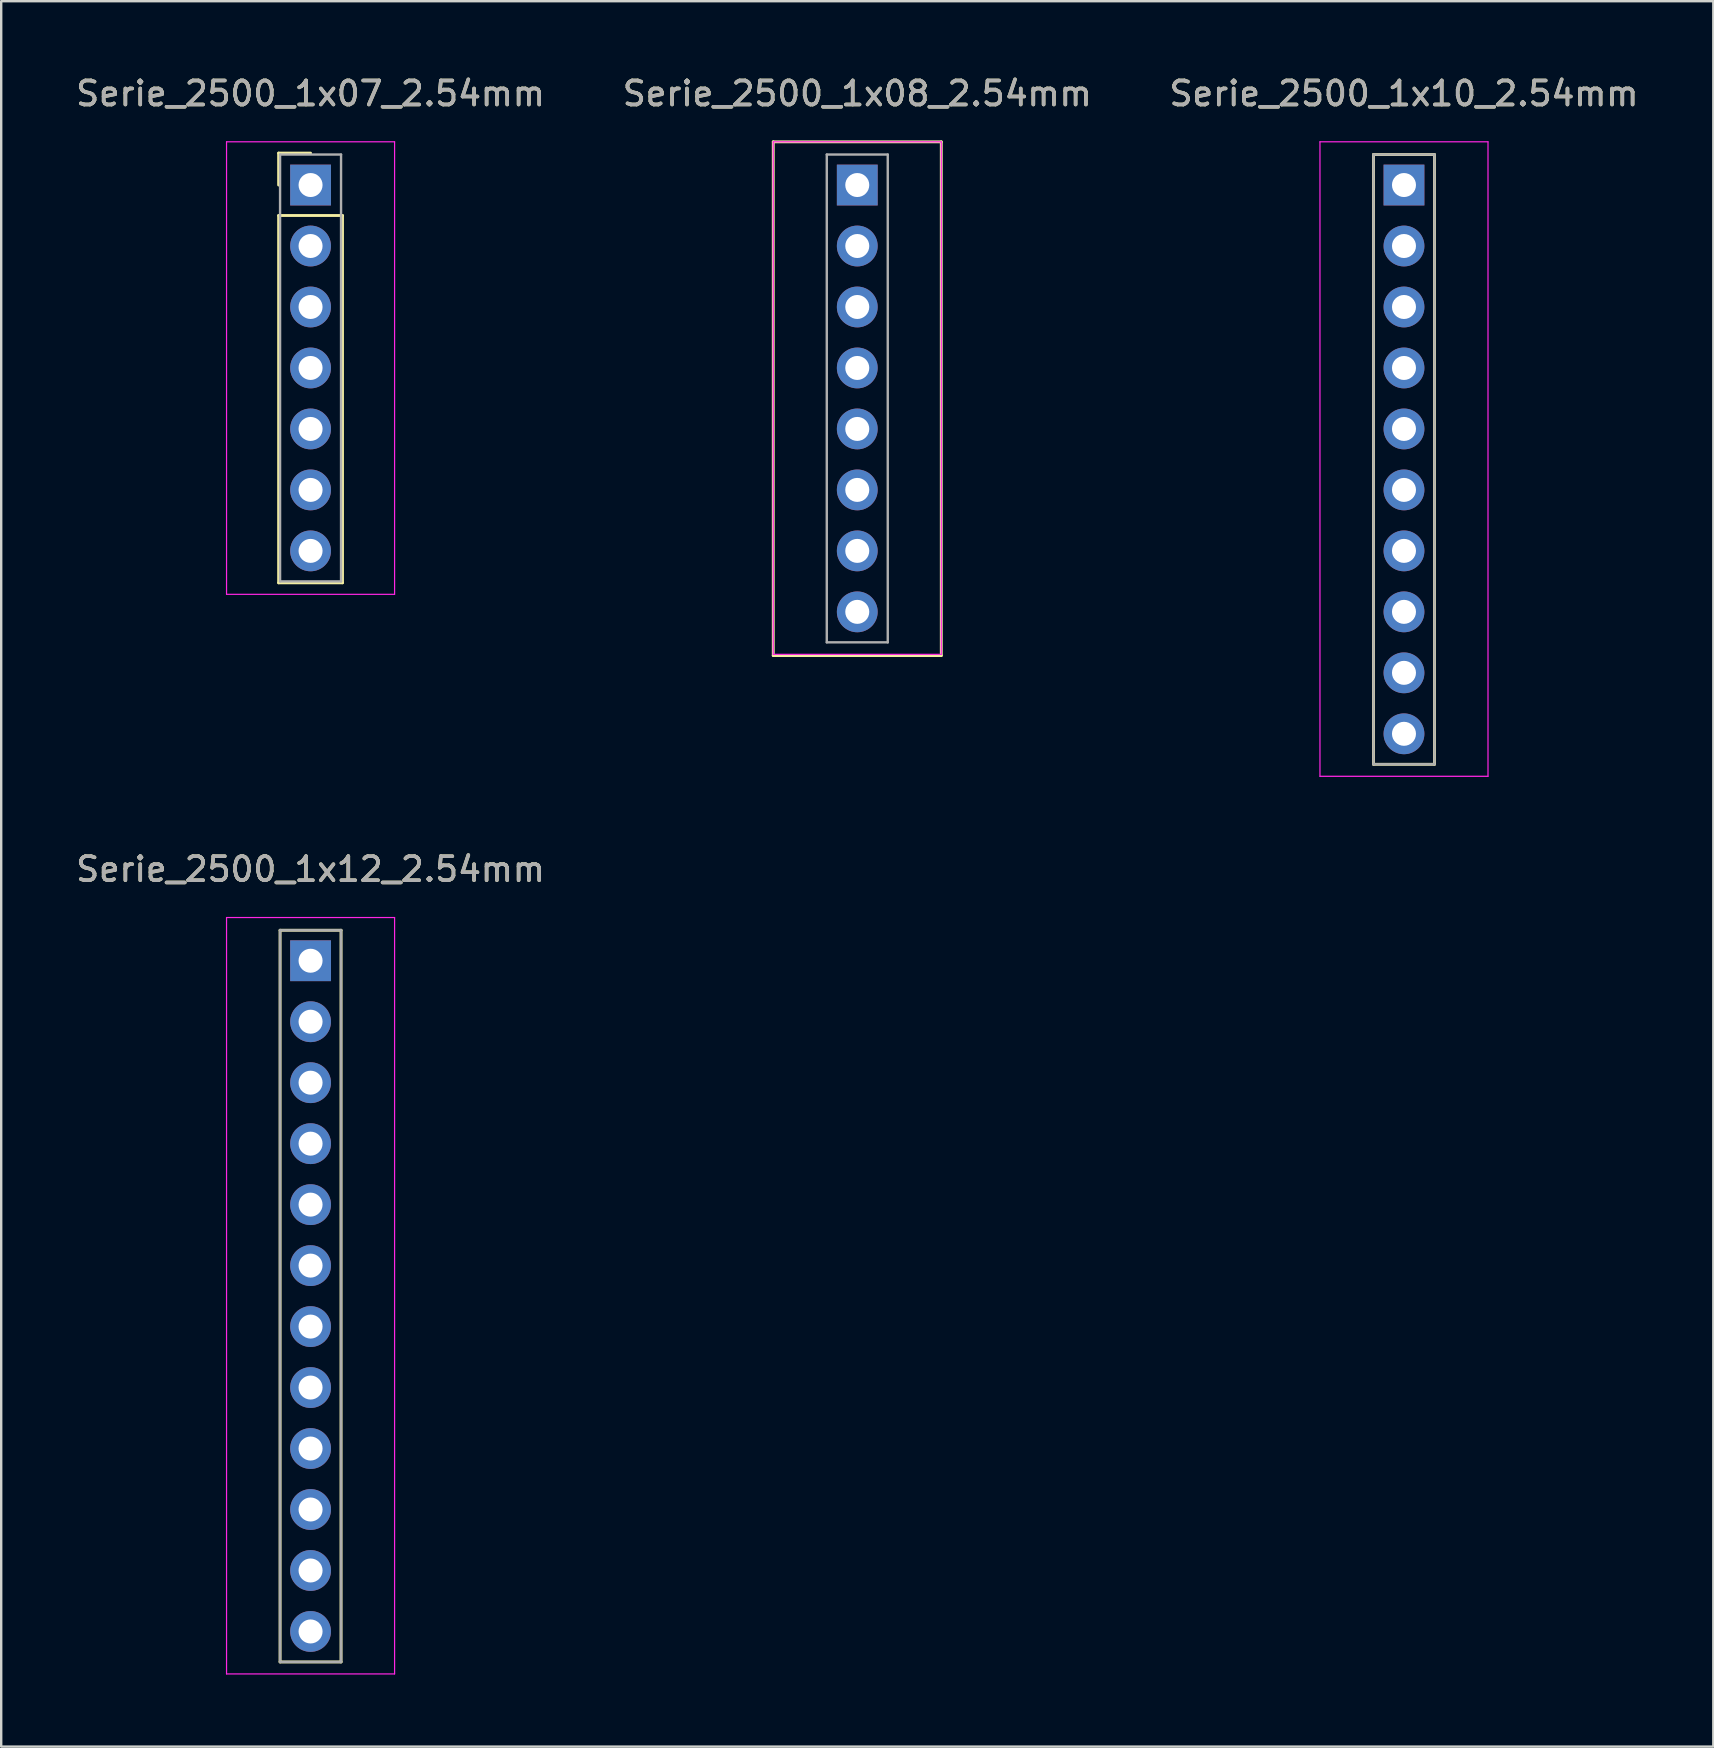
<source format=kicad_pcb>
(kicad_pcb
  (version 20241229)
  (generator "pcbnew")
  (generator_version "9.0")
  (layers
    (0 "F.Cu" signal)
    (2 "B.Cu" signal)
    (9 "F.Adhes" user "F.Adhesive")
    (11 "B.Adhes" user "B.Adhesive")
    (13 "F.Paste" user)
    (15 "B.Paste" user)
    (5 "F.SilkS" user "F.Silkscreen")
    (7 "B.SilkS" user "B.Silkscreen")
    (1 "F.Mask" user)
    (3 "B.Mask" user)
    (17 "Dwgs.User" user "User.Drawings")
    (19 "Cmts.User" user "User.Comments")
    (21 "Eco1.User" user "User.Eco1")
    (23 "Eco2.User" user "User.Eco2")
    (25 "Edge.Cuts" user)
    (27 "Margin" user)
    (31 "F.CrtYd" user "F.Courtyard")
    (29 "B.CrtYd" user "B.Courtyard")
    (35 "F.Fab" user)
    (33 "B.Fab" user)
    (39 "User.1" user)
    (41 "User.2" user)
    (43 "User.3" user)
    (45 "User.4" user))
  (footprint "Serie_2500_1x10_2.54mm"
    (layer "F.Cu")
    (at 55.435 4.658)
    (property "Reference" "Serie_2500_1x10_2.54mm" (at 0 -3.81 0) (layer "F.SilkS") (effects (font (size 1 1) (thickness 0.15))))
    (attr through_hole)
    (fp_line (start -1.27 -1.27) (end -1.27 24.13) (stroke (width 0.12) (type solid)) (layer "F.SilkS"))
    (fp_line (start -1.27 24.13) (end 1.27 24.13) (stroke (width 0.12) (type solid)) (layer "F.SilkS"))
    (fp_line (start 1.27 -1.27) (end -1.27 -1.27) (stroke (width 0.12) (type solid)) (layer "F.SilkS"))
    (fp_line (start 1.27 24.13) (end 1.27 -1.27) (stroke (width 0.12) (type solid)) (layer "F.SilkS"))
    (fp_line (start -3.5 -1.8) (end -3.5 24.63) (stroke (width 0.05) (type solid)) (layer "F.CrtYd"))
    (fp_line (start -3.5 24.63) (end 3.5 24.63) (stroke (width 0.05) (type solid)) (layer "F.CrtYd"))
    (fp_line (start 3.5 -1.8) (end -3.5 -1.8) (stroke (width 0.05) (type solid)) (layer "F.CrtYd"))
    (fp_line (start 3.5 24.63) (end 3.5 -1.8) (stroke (width 0.05) (type solid)) (layer "F.CrtYd"))
    (fp_line (start -1.27 -1.27) (end -1.27 24.13) (stroke (width 0.1) (type solid)) (layer "F.Fab"))
    (fp_line (start -1.27 24.13) (end 1.27 24.13) (stroke (width 0.1) (type solid)) (layer "F.Fab"))
    (fp_line (start 1.27 -1.27) (end -1.27 -1.27) (stroke (width 0.1) (type solid)) (layer "F.Fab"))
    (fp_line (start 1.27 24.13) (end 1.27 -1.27) (stroke (width 0.1) (type solid)) (layer "F.Fab"))
    (fp_text user "${REFERENCE}" (at 0 -3.81 0) (layer "F.Fab") (effects (font (size 1 1) (thickness 0.15))))
    (pad "1" thru_hole rect (at 0 0) (size 1.7 1.7) (drill 1) (layers "*.Cu" "*.Mask"))
    (pad "2" thru_hole oval (at 0 2.54) (size 1.7 1.7) (drill 1) (layers "*.Cu" "*.Mask"))
    (pad "3" thru_hole oval (at 0 5.08) (size 1.7 1.7) (drill 1) (layers "*.Cu" "*.Mask"))
    (pad "4" thru_hole oval (at 0 7.62) (size 1.7 1.7) (drill 1) (layers "*.Cu" "*.Mask"))
    (pad "5" thru_hole oval (at 0 10.16) (size 1.7 1.7) (drill 1) (layers "*.Cu" "*.Mask"))
    (pad "6" thru_hole oval (at 0 12.7) (size 1.7 1.7) (drill 1) (layers "*.Cu" "*.Mask"))
    (pad "7" thru_hole oval (at 0 15.24) (size 1.7 1.7) (drill 1) (layers "*.Cu" "*.Mask"))
    (pad "8" thru_hole oval (at 0 17.78) (size 1.7 1.7) (drill 1) (layers "*.Cu" "*.Mask"))
    (pad "9" thru_hole circle (at 0 20.32) (size 1.7 1.7) (drill 1) (layers "*.Cu" "*.Mask"))
    (pad "10" thru_hole circle (at 0 22.86) (size 1.7 1.7) (drill 1) (layers "*.Cu" "*.Mask")))
  (footprint "Serie_2500_1x12_2.54mm"
    (layer "F.Cu")
    (at 9.887 36.971)
    (property "Reference" "Serie_2500_1x12_2.54mm" (at 0 -3.81 0) (layer "F.SilkS") (effects (font (size 1 1) (thickness 0.15))))
    (attr through_hole)
    (fp_line (start -1.27 -1.27) (end -1.27 29.21) (stroke (width 0.12) (type solid)) (layer "F.SilkS"))
    (fp_line (start -1.27 29.21) (end 1.27 29.21) (stroke (width 0.12) (type solid)) (layer "F.SilkS"))
    (fp_line (start 1.27 -1.27) (end -1.27 -1.27) (stroke (width 0.12) (type solid)) (layer "F.SilkS"))
    (fp_line (start 1.27 29.21) (end 1.27 -1.27) (stroke (width 0.12) (type solid)) (layer "F.SilkS"))
    (fp_line (start -3.5 -1.8) (end -3.5 29.71) (stroke (width 0.05) (type solid)) (layer "F.CrtYd"))
    (fp_line (start -3.5 29.71) (end 3.5 29.71) (stroke (width 0.05) (type solid)) (layer "F.CrtYd"))
    (fp_line (start 3.5 -1.8) (end -3.5 -1.8) (stroke (width 0.05) (type solid)) (layer "F.CrtYd"))
    (fp_line (start 3.5 29.71) (end 3.5 -1.8) (stroke (width 0.05) (type solid)) (layer "F.CrtYd"))
    (fp_line (start -1.27 -1.27) (end -1.27 29.21) (stroke (width 0.1) (type solid)) (layer "F.Fab"))
    (fp_line (start -1.27 29.21) (end 1.27 29.21) (stroke (width 0.1) (type solid)) (layer "F.Fab"))
    (fp_line (start 1.27 -1.27) (end -1.27 -1.27) (stroke (width 0.1) (type solid)) (layer "F.Fab"))
    (fp_line (start 1.27 29.21) (end 1.27 -1.27) (stroke (width 0.1) (type solid)) (layer "F.Fab"))
    (fp_text user "${REFERENCE}" (at 0 -3.81 0) (layer "F.Fab") (effects (font (size 1 1) (thickness 0.15))))
    (pad "1" thru_hole rect (at 0 0) (size 1.7 1.7) (drill 1) (layers "*.Cu" "*.Mask"))
    (pad "2" thru_hole oval (at 0 2.54) (size 1.7 1.7) (drill 1) (layers "*.Cu" "*.Mask"))
    (pad "3" thru_hole oval (at 0 5.08) (size 1.7 1.7) (drill 1) (layers "*.Cu" "*.Mask"))
    (pad "4" thru_hole oval (at 0 7.62) (size 1.7 1.7) (drill 1) (layers "*.Cu" "*.Mask"))
    (pad "5" thru_hole oval (at 0 10.16) (size 1.7 1.7) (drill 1) (layers "*.Cu" "*.Mask"))
    (pad "6" thru_hole oval (at 0 12.7) (size 1.7 1.7) (drill 1) (layers "*.Cu" "*.Mask"))
    (pad "7" thru_hole oval (at 0 15.24) (size 1.7 1.7) (drill 1) (layers "*.Cu" "*.Mask"))
    (pad "8" thru_hole oval (at 0 17.78) (size 1.7 1.7) (drill 1) (layers "*.Cu" "*.Mask"))
    (pad "9" thru_hole circle (at 0 20.32) (size 1.7 1.7) (drill 1) (layers "*.Cu" "*.Mask"))
    (pad "10" thru_hole circle (at 0 22.86) (size 1.7 1.7) (drill 1) (layers "*.Cu" "*.Mask"))
    (pad "11" thru_hole circle (at 0 25.4) (size 1.7 1.7) (drill 1) (layers "*.Cu" "*.Mask"))
    (pad "12" thru_hole circle (at 0 27.94) (size 1.7 1.7) (drill 1) (layers "*.Cu" "*.Mask")))
  (footprint "Serie_2500_1x08_2.54mm"
    (layer "F.Cu")
    (at 32.661 4.658)
    (property "Reference" "Serie_2500_1x08_2.54mm" (at 0 -3.81 0) (layer "F.SilkS") (effects (font (size 1 1) (thickness 0.15))))
    (attr through_hole)
    (fp_line (start -3.5 -1.8) (end -3.5 19.6) (stroke (width 0.12) (type solid)) (layer "F.SilkS"))
    (fp_line (start -3.5 19.6) (end 3.5 19.6) (stroke (width 0.12) (type solid)) (layer "F.SilkS"))
    (fp_line (start 3.5 -1.8) (end -3.5 -1.8) (stroke (width 0.12) (type solid)) (layer "F.SilkS"))
    (fp_line (start 3.5 19.6) (end 3.5 -1.8) (stroke (width 0.12) (type solid)) (layer "F.SilkS"))
    (fp_line (start -3.5 -1.8) (end -3.5 19.55) (stroke (width 0.05) (type solid)) (layer "F.CrtYd"))
    (fp_line (start -3.5 19.55) (end 3.5 19.55) (stroke (width 0.05) (type solid)) (layer "F.CrtYd"))
    (fp_line (start 3.5 -1.8) (end -3.5 -1.8) (stroke (width 0.05) (type solid)) (layer "F.CrtYd"))
    (fp_line (start 3.5 19.55) (end 3.5 -1.8) (stroke (width 0.05) (type solid)) (layer "F.CrtYd"))
    (fp_line (start -1.27 -1.27) (end -1.27 19.05) (stroke (width 0.1) (type solid)) (layer "F.Fab"))
    (fp_line (start -1.27 19.05) (end 1.27 19.05) (stroke (width 0.1) (type solid)) (layer "F.Fab"))
    (fp_line (start 1.27 -1.27) (end -1.27 -1.27) (stroke (width 0.1) (type solid)) (layer "F.Fab"))
    (fp_line (start 1.27 19.05) (end 1.27 -1.27) (stroke (width 0.1) (type solid)) (layer "F.Fab"))
    (fp_text user "${REFERENCE}" (at 0 -3.81 0) (layer "F.Fab") (effects (font (size 1 1) (thickness 0.15))))
    (pad "1" thru_hole rect (at 0 0) (size 1.7 1.7) (drill 1) (layers "*.Cu" "*.Mask"))
    (pad "2" thru_hole oval (at 0 2.54) (size 1.7 1.7) (drill 1) (layers "*.Cu" "*.Mask"))
    (pad "3" thru_hole oval (at 0 5.08) (size 1.7 1.7) (drill 1) (layers "*.Cu" "*.Mask"))
    (pad "4" thru_hole oval (at 0 7.62) (size 1.7 1.7) (drill 1) (layers "*.Cu" "*.Mask"))
    (pad "5" thru_hole oval (at 0 10.16) (size 1.7 1.7) (drill 1) (layers "*.Cu" "*.Mask"))
    (pad "6" thru_hole oval (at 0 12.7) (size 1.7 1.7) (drill 1) (layers "*.Cu" "*.Mask"))
    (pad "7" thru_hole oval (at 0 15.24) (size 1.7 1.7) (drill 1) (layers "*.Cu" "*.Mask"))
    (pad "8" thru_hole oval (at 0 17.78) (size 1.7 1.7) (drill 1) (layers "*.Cu" "*.Mask")))
  (footprint "Serie_2500_1x07_2.54mm"
    (layer "F.Cu")
    (at 9.887 4.658)
    (property "Reference" "Serie_2500_1x07_2.54mm" (at 0 -3.81 0) (layer "F.SilkS") (effects (font (size 1 1) (thickness 0.15))))
    (attr through_hole)
    (fp_line (start -1.33 -1.33) (end 0 -1.33) (stroke (width 0.12) (type solid)) (layer "F.SilkS"))
    (fp_line (start -1.33 0) (end -1.33 -1.33) (stroke (width 0.12) (type solid)) (layer "F.SilkS"))
    (fp_line (start -1.33 1.27) (end -1.33 16.57) (stroke (width 0.12) (type solid)) (layer "F.SilkS"))
    (fp_line (start -1.33 16.57) (end 1.33 16.57) (stroke (width 0.12) (type solid)) (layer "F.SilkS"))
    (fp_line (start 1.33 1.27) (end -1.33 1.27) (stroke (width 0.12) (type solid)) (layer "F.SilkS"))
    (fp_line (start 1.33 16.57) (end 1.33 1.27) (stroke (width 0.12) (type solid)) (layer "F.SilkS"))
    (fp_line (start -3.5 -1.8) (end -3.5 17.05) (stroke (width 0.05) (type solid)) (layer "F.CrtYd"))
    (fp_line (start -3.5 17.05) (end 3.5 17.05) (stroke (width 0.05) (type solid)) (layer "F.CrtYd"))
    (fp_line (start 3.5 -1.8) (end -3.5 -1.8) (stroke (width 0.05) (type solid)) (layer "F.CrtYd"))
    (fp_line (start 3.5 17.05) (end 3.5 -1.8) (stroke (width 0.05) (type solid)) (layer "F.CrtYd"))
    (fp_line (start -1.27 -1.27) (end -1.27 16.51) (stroke (width 0.1) (type solid)) (layer "F.Fab"))
    (fp_line (start -1.27 16.51) (end 1.27 16.51) (stroke (width 0.1) (type solid)) (layer "F.Fab"))
    (fp_line (start 1.27 -1.27) (end -1.27 -1.27) (stroke (width 0.1) (type solid)) (layer "F.Fab"))
    (fp_line (start 1.27 16.51) (end 1.27 -1.27) (stroke (width 0.1) (type solid)) (layer "F.Fab"))
    (fp_text user "${REFERENCE}" (at 0 -3.81 0) (layer "F.Fab") (effects (font (size 1 1) (thickness 0.15))))
    (pad "1" thru_hole rect (at 0 0) (size 1.7 1.7) (drill 1) (layers "*.Cu" "*.Mask"))
    (pad "2" thru_hole oval (at 0 2.54) (size 1.7 1.7) (drill 1) (layers "*.Cu" "*.Mask"))
    (pad "3" thru_hole oval (at 0 5.08) (size 1.7 1.7) (drill 1) (layers "*.Cu" "*.Mask"))
    (pad "4" thru_hole oval (at 0 7.62) (size 1.7 1.7) (drill 1) (layers "*.Cu" "*.Mask"))
    (pad "5" thru_hole oval (at 0 10.16) (size 1.7 1.7) (drill 1) (layers "*.Cu" "*.Mask"))
    (pad "6" thru_hole oval (at 0 12.7) (size 1.7 1.7) (drill 1) (layers "*.Cu" "*.Mask"))
    (pad "7" thru_hole oval (at 0 15.24) (size 1.7 1.7) (drill 1) (layers "*.Cu" "*.Mask")))
  (gr_rect
    (start -3 -3)
    (end 68.321 69.707)
    (stroke (width 0.1) (type default))
    (fill no)
    (layer "Edge.Cuts")))
</source>
